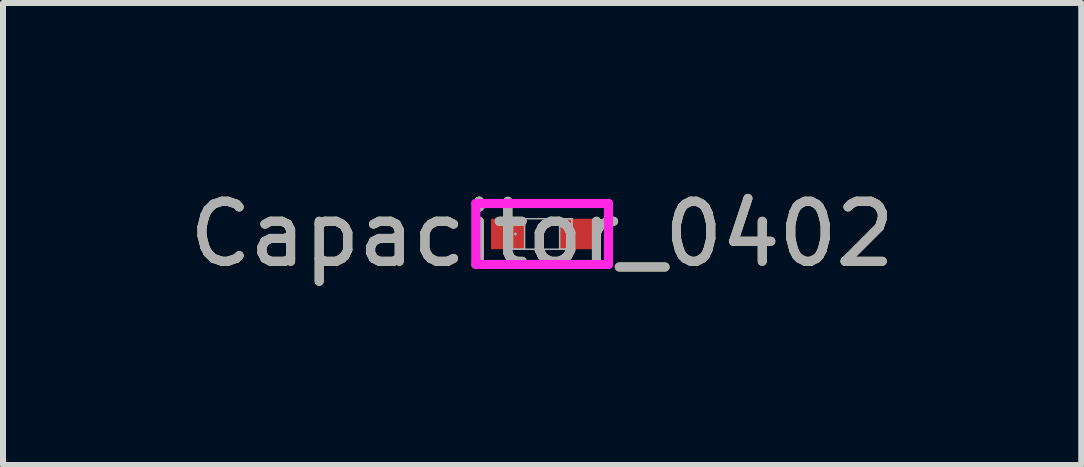
<source format=kicad_pcb>
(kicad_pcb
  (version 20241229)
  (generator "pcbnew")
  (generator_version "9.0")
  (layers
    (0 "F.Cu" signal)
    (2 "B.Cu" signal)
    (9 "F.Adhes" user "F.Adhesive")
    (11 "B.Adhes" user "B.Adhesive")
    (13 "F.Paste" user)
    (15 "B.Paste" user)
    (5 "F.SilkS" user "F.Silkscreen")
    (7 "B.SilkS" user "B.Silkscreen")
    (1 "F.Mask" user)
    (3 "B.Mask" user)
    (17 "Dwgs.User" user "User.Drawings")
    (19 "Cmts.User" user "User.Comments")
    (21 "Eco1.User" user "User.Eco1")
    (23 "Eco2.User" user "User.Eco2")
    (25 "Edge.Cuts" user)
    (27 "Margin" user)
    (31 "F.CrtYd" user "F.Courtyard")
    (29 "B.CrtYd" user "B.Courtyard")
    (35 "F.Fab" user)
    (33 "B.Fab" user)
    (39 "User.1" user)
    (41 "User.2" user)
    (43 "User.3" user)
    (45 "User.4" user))
  (footprint "Capacitor_0402"
    (layer "F.Cu")
    (at 5.982 0.848)
    (property "Reference" "Capacitor_0402" (at 0 0 0) (unlocked yes) (layer "F.SilkS") (effects (font (size 1 1) (thickness 0.15))))
    (attr smd)
    (fp_line (start -1.105 -0.508) (end 1.105 -0.508) (stroke (width 0.152) (type solid)) (layer "F.CrtYd"))
    (fp_line (start -1.105 0.508) (end -1.105 -0.508) (stroke (width 0.152) (type solid)) (layer "F.CrtYd"))
    (fp_line (start 1.105 -0.508) (end 1.105 0.508) (stroke (width 0.152) (type solid)) (layer "F.CrtYd"))
    (fp_line (start 1.105 0.508) (end -1.105 0.508) (stroke (width 0.152) (type solid)) (layer "F.CrtYd"))
    (fp_line (start -0.495 -0.254) (end -0.495 0.254) (stroke (width 0.025) (type solid)) (layer "F.Fab"))
    (fp_line (start -0.495 -0.254) (end -0.495 0.254) (stroke (width 0.025) (type solid)) (layer "F.Fab"))
    (fp_line (start -0.495 0.254) (end -0.292 0.254) (stroke (width 0.025) (type solid)) (layer "F.Fab"))
    (fp_line (start -0.495 0.254) (end 0.495 0.254) (stroke (width 0.025) (type solid)) (layer "F.Fab"))
    (fp_line (start -0.292 -0.254) (end -0.495 -0.254) (stroke (width 0.025) (type solid)) (layer "F.Fab"))
    (fp_line (start -0.292 0.254) (end -0.292 -0.254) (stroke (width 0.025) (type solid)) (layer "F.Fab"))
    (fp_line (start 0.292 -0.254) (end 0.292 0.254) (stroke (width 0.025) (type solid)) (layer "F.Fab"))
    (fp_line (start 0.292 0.254) (end 0.495 0.254) (stroke (width 0.025) (type solid)) (layer "F.Fab"))
    (fp_line (start 0.495 -0.254) (end -0.495 -0.254) (stroke (width 0.025) (type solid)) (layer "F.Fab"))
    (fp_line (start 0.495 -0.254) (end 0.292 -0.254) (stroke (width 0.025) (type solid)) (layer "F.Fab"))
    (fp_line (start 0.495 0.254) (end 0.495 -0.254) (stroke (width 0.025) (type solid)) (layer "F.Fab"))
    (fp_line (start 0.495 0.254) (end 0.495 -0.254) (stroke (width 0.025) (type solid)) (layer "F.Fab"))
    (fp_circle (center -0.445 0) (end -0.445 0) (stroke (width 0.025) (type solid)) (fill no) (layer "F.Fab"))
    (fp_text user "${REFERENCE}" (at 0 0 0) (unlocked yes) (layer "F.Fab") (effects (font (size 1 1) (thickness 0.15))))
    (pad "1" smd rect (at -0.572 0) (size 0.559 0.508) (layers "F.Cu" "F.Mask" "F.Paste"))
    (pad "2" smd rect (at 0.572 0) (size 0.559 0.508) (layers "F.Cu" "F.Mask" "F.Paste"))
    (zone (net_name "") (layer "F.Cu") (hatch full 0.508) (connect_pads) (min_thickness 0.254) (filled_areas_thickness no) (keepout (tracks not_allowed) (vias not_allowed) (pads allowed) (copperpour not_allowed) (footprints allowed)) (placement (enabled no)) (fill) (polygon (pts (xy 5.741 0.645) (xy 6.223 0.645) (xy 6.223 1.051) (xy 5.741 1.051)))))
  (gr_rect
    (start -3 -3)
    (end 14.964 4.697)
    (stroke (width 0.1) (type default))
    (fill no)
    (layer "Edge.Cuts")))
</source>
